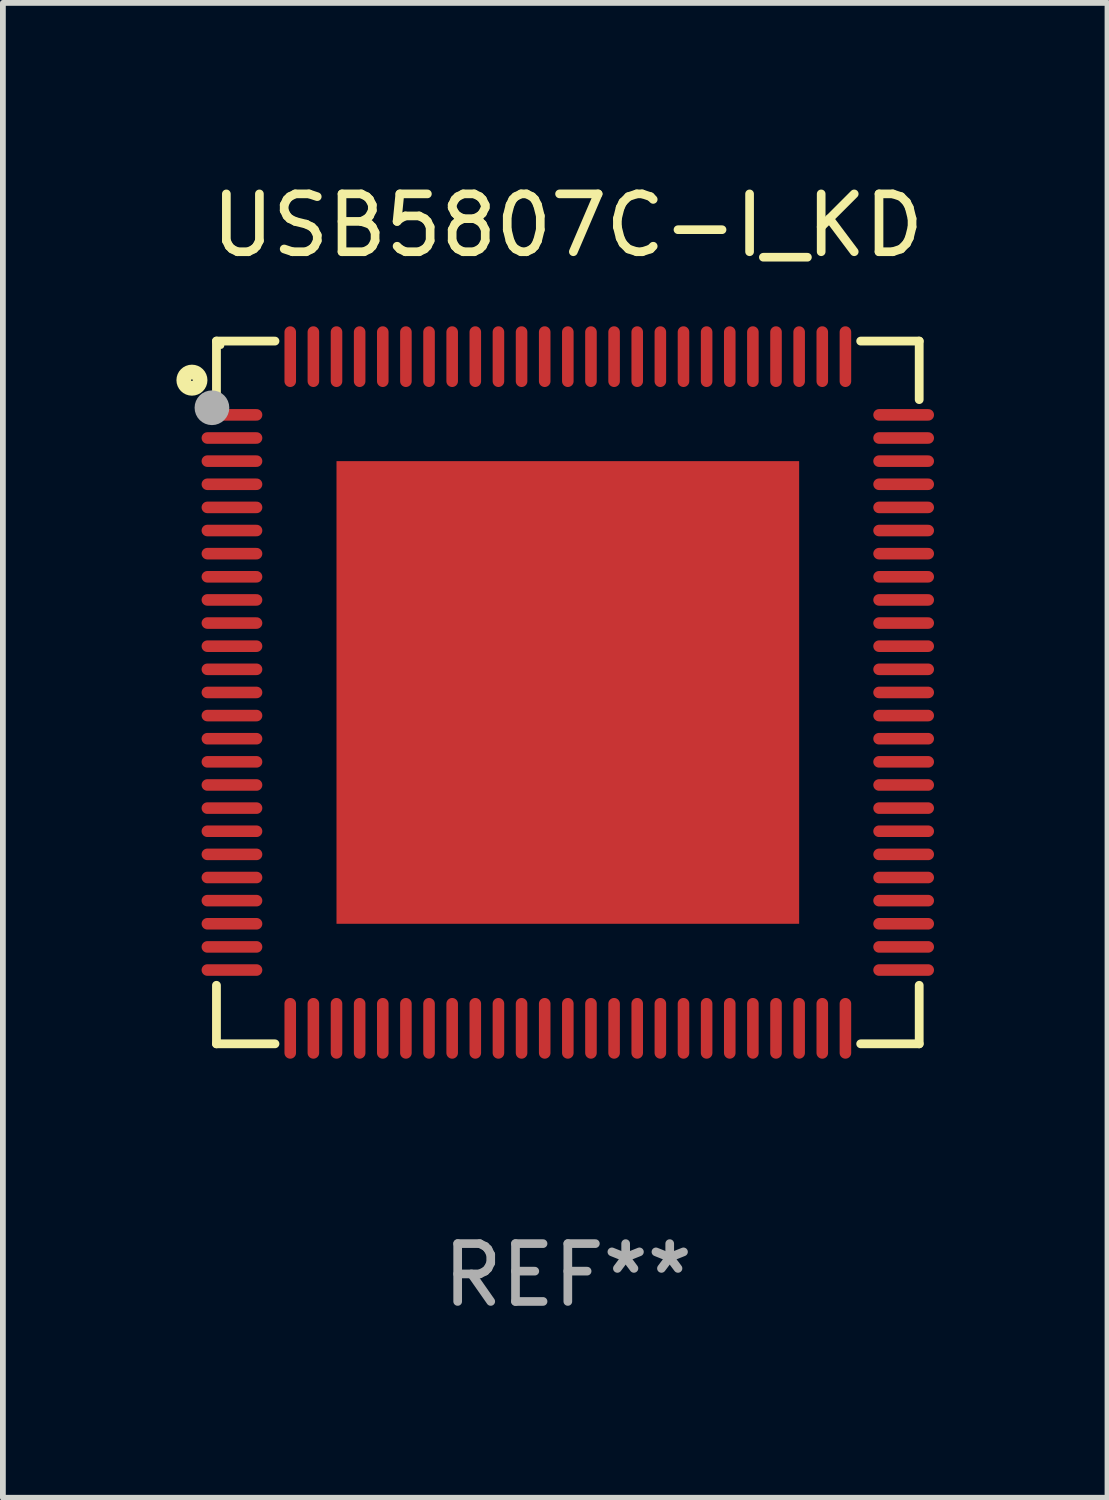
<source format=kicad_pcb>
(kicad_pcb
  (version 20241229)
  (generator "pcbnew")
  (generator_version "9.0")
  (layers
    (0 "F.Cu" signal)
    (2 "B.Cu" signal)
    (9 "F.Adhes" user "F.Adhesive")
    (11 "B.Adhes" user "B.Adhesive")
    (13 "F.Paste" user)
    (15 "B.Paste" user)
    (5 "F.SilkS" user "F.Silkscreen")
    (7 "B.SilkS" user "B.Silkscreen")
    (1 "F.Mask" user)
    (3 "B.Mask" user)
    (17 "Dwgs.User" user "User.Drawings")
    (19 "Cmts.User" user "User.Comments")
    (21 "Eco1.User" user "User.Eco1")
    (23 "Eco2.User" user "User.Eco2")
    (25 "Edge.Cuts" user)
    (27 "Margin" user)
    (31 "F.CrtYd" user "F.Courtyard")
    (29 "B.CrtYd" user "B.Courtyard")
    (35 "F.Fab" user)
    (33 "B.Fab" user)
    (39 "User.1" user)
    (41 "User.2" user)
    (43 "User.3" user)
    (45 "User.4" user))
  (footprint "USB5807C-I_KD"
    (layer "F.Cu")
    (at 6.769 8.924)
    (property "Reference" "USB5807C-I_KD" (at 0 -8.076 0) (layer "F.SilkS") (effects (font (size 1 1) (thickness 0.15))))
    (attr through_hole)
    (fp_line (start -6.076 -6.076) (end -5.064 -6.076) (stroke (width 0.152) (type solid)) (layer "F.SilkS"))
    (fp_line (start -6.076 -5.064) (end -6.076 -6.076) (stroke (width 0.152) (type solid)) (layer "F.SilkS"))
    (fp_line (start -6.076 5.064) (end -6.076 6.076) (stroke (width 0.152) (type solid)) (layer "F.SilkS"))
    (fp_line (start -6.076 6.076) (end -5.064 6.076) (stroke (width 0.152) (type solid)) (layer "F.SilkS"))
    (fp_line (start 6.076 -6.076) (end 5.064 -6.076) (stroke (width 0.152) (type solid)) (layer "F.SilkS"))
    (fp_line (start 6.076 -5.064) (end 6.076 -6.076) (stroke (width 0.152) (type solid)) (layer "F.SilkS"))
    (fp_line (start 6.076 5.064) (end 6.076 6.076) (stroke (width 0.152) (type solid)) (layer "F.SilkS"))
    (fp_line (start 6.076 6.076) (end 5.064 6.076) (stroke (width 0.152) (type solid)) (layer "F.SilkS"))
    (fp_circle (center -6.5 -5.4) (end -6.359 -5.4) (stroke (width 0.254) (type solid)) (fill no) (layer "F.SilkS"))
    (fp_circle (center -6 -6) (end -5.97 -6) (stroke (width 0.06) (type solid)) (fill no) (layer "F.SilkS"))
    (fp_circle (center -6.154 -4.923) (end -6.004 -4.923) (stroke (width 0.3) (type solid)) (fill no) (layer "F.Fab"))
    (fp_text user "REF**" (at 0 10.076 0) (layer "F.Fab") (effects (font (size 1 1) (thickness 0.15))))
    (pad "1" smd oval (at -5.808 -4.8) (size 1.05 0.2) (layers "F.Cu" "F.Mask" "F.Paste"))
    (pad "2" smd oval (at -5.808 -4.4) (size 1.05 0.2) (layers "F.Cu" "F.Mask" "F.Paste"))
    (pad "3" smd oval (at -5.808 -4) (size 1.05 0.2) (layers "F.Cu" "F.Mask" "F.Paste"))
    (pad "4" smd oval (at -5.808 -3.6) (size 1.05 0.2) (layers "F.Cu" "F.Mask" "F.Paste"))
    (pad "5" smd oval (at -5.808 -3.2) (size 1.05 0.2) (layers "F.Cu" "F.Mask" "F.Paste"))
    (pad "6" smd oval (at -5.808 -2.8) (size 1.05 0.2) (layers "F.Cu" "F.Mask" "F.Paste"))
    (pad "7" smd oval (at -5.808 -2.4) (size 1.05 0.2) (layers "F.Cu" "F.Mask" "F.Paste"))
    (pad "8" smd oval (at -5.808 -2) (size 1.05 0.2) (layers "F.Cu" "F.Mask" "F.Paste"))
    (pad "9" smd oval (at -5.808 -1.6) (size 1.05 0.2) (layers "F.Cu" "F.Mask" "F.Paste"))
    (pad "10" smd oval (at -5.808 -1.2) (size 1.05 0.2) (layers "F.Cu" "F.Mask" "F.Paste"))
    (pad "11" smd oval (at -5.808 -0.8) (size 1.05 0.2) (layers "F.Cu" "F.Mask" "F.Paste"))
    (pad "12" smd oval (at -5.808 -0.4) (size 1.05 0.2) (layers "F.Cu" "F.Mask" "F.Paste"))
    (pad "13" smd oval (at -5.808 0.000102) (size 1.05 0.2) (layers "F.Cu" "F.Mask" "F.Paste"))
    (pad "14" smd oval (at -5.808 0.4) (size 1.05 0.2) (layers "F.Cu" "F.Mask" "F.Paste"))
    (pad "15" smd oval (at -5.808 0.8) (size 1.05 0.2) (layers "F.Cu" "F.Mask" "F.Paste"))
    (pad "16" smd oval (at -5.808 1.2) (size 1.05 0.2) (layers "F.Cu" "F.Mask" "F.Paste"))
    (pad "17" smd oval (at -5.808 1.6) (size 1.05 0.2) (layers "F.Cu" "F.Mask" "F.Paste"))
    (pad "18" smd oval (at -5.808 2) (size 1.05 0.2) (layers "F.Cu" "F.Mask" "F.Paste"))
    (pad "19" smd oval (at -5.808 2.4) (size 1.05 0.2) (layers "F.Cu" "F.Mask" "F.Paste"))
    (pad "20" smd oval (at -5.808 2.8) (size 1.05 0.2) (layers "F.Cu" "F.Mask" "F.Paste"))
    (pad "21" smd oval (at -5.808 3.2) (size 1.05 0.2) (layers "F.Cu" "F.Mask" "F.Paste"))
    (pad "22" smd oval (at -5.808 3.6) (size 1.05 0.2) (layers "F.Cu" "F.Mask" "F.Paste"))
    (pad "23" smd oval (at -5.808 4) (size 1.05 0.2) (layers "F.Cu" "F.Mask" "F.Paste"))
    (pad "24" smd oval (at -5.808 4.4) (size 1.05 0.2) (layers "F.Cu" "F.Mask" "F.Paste"))
    (pad "25" smd oval (at -5.808 4.8) (size 1.05 0.2) (layers "F.Cu" "F.Mask" "F.Paste"))
    (pad "26" smd oval (at -4.8 5.808) (size 0.2 1.05) (layers "F.Cu" "F.Mask" "F.Paste"))
    (pad "27" smd oval (at -4.4 5.808) (size 0.2 1.05) (layers "F.Cu" "F.Mask" "F.Paste"))
    (pad "28" smd oval (at -4 5.808) (size 0.2 1.05) (layers "F.Cu" "F.Mask" "F.Paste"))
    (pad "29" smd oval (at -3.6 5.808) (size 0.2 1.05) (layers "F.Cu" "F.Mask" "F.Paste"))
    (pad "30" smd oval (at -3.2 5.808) (size 0.2 1.05) (layers "F.Cu" "F.Mask" "F.Paste"))
    (pad "31" smd oval (at -2.8 5.808) (size 0.2 1.05) (layers "F.Cu" "F.Mask" "F.Paste"))
    (pad "32" smd oval (at -2.4 5.808) (size 0.2 1.05) (layers "F.Cu" "F.Mask" "F.Paste"))
    (pad "33" smd oval (at -2 5.808) (size 0.2 1.05) (layers "F.Cu" "F.Mask" "F.Paste"))
    (pad "34" smd oval (at -1.6 5.808) (size 0.2 1.05) (layers "F.Cu" "F.Mask" "F.Paste"))
    (pad "35" smd oval (at -1.2 5.808) (size 0.2 1.05) (layers "F.Cu" "F.Mask" "F.Paste"))
    (pad "36" smd oval (at -0.8 5.808) (size 0.2 1.05) (layers "F.Cu" "F.Mask" "F.Paste"))
    (pad "37" smd oval (at -0.4 5.808) (size 0.2 1.05) (layers "F.Cu" "F.Mask" "F.Paste"))
    (pad "38" smd oval (at -0.000102 5.808) (size 0.2 1.05) (layers "F.Cu" "F.Mask" "F.Paste"))
    (pad "39" smd oval (at 0.4 5.808) (size 0.2 1.05) (layers "F.Cu" "F.Mask" "F.Paste"))
    (pad "40" smd oval (at 0.8 5.808) (size 0.2 1.05) (layers "F.Cu" "F.Mask" "F.Paste"))
    (pad "41" smd oval (at 1.2 5.808) (size 0.2 1.05) (layers "F.Cu" "F.Mask" "F.Paste"))
    (pad "42" smd oval (at 1.6 5.808) (size 0.2 1.05) (layers "F.Cu" "F.Mask" "F.Paste"))
    (pad "43" smd oval (at 2 5.808) (size 0.2 1.05) (layers "F.Cu" "F.Mask" "F.Paste"))
    (pad "44" smd oval (at 2.4 5.808) (size 0.2 1.05) (layers "F.Cu" "F.Mask" "F.Paste"))
    (pad "45" smd oval (at 2.8 5.808) (size 0.2 1.05) (layers "F.Cu" "F.Mask" "F.Paste"))
    (pad "46" smd oval (at 3.2 5.808) (size 0.2 1.05) (layers "F.Cu" "F.Mask" "F.Paste"))
    (pad "47" smd oval (at 3.6 5.808) (size 0.2 1.05) (layers "F.Cu" "F.Mask" "F.Paste"))
    (pad "48" smd oval (at 4 5.808) (size 0.2 1.05) (layers "F.Cu" "F.Mask" "F.Paste"))
    (pad "49" smd oval (at 4.4 5.808) (size 0.2 1.05) (layers "F.Cu" "F.Mask" "F.Paste"))
    (pad "50" smd oval (at 4.8 5.808) (size 0.2 1.05) (layers "F.Cu" "F.Mask" "F.Paste"))
    (pad "51" smd oval (at 5.807 4.8) (size 1.05 0.2) (layers "F.Cu" "F.Mask" "F.Paste"))
    (pad "52" smd oval (at 5.807 4.4) (size 1.05 0.2) (layers "F.Cu" "F.Mask" "F.Paste"))
    (pad "53" smd oval (at 5.807 4) (size 1.05 0.2) (layers "F.Cu" "F.Mask" "F.Paste"))
    (pad "54" smd oval (at 5.807 3.6) (size 1.05 0.2) (layers "F.Cu" "F.Mask" "F.Paste"))
    (pad "55" smd oval (at 5.807 3.2) (size 1.05 0.2) (layers "F.Cu" "F.Mask" "F.Paste"))
    (pad "56" smd oval (at 5.807 2.8) (size 1.05 0.2) (layers "F.Cu" "F.Mask" "F.Paste"))
    (pad "57" smd oval (at 5.807 2.4) (size 1.05 0.2) (layers "F.Cu" "F.Mask" "F.Paste"))
    (pad "58" smd oval (at 5.807 2) (size 1.05 0.2) (layers "F.Cu" "F.Mask" "F.Paste"))
    (pad "59" smd oval (at 5.807 1.6) (size 1.05 0.2) (layers "F.Cu" "F.Mask" "F.Paste"))
    (pad "60" smd oval (at 5.807 1.2) (size 1.05 0.2) (layers "F.Cu" "F.Mask" "F.Paste"))
    (pad "61" smd oval (at 5.807 0.8) (size 1.05 0.2) (layers "F.Cu" "F.Mask" "F.Paste"))
    (pad "62" smd oval (at 5.807 0.4) (size 1.05 0.2) (layers "F.Cu" "F.Mask" "F.Paste"))
    (pad "63" smd oval (at 5.807 0.000102) (size 1.05 0.2) (layers "F.Cu" "F.Mask" "F.Paste"))
    (pad "64" smd oval (at 5.807 -0.4) (size 1.05 0.2) (layers "F.Cu" "F.Mask" "F.Paste"))
    (pad "65" smd oval (at 5.807 -0.8) (size 1.05 0.2) (layers "F.Cu" "F.Mask" "F.Paste"))
    (pad "66" smd oval (at 5.807 -1.2) (size 1.05 0.2) (layers "F.Cu" "F.Mask" "F.Paste"))
    (pad "67" smd oval (at 5.807 -1.6) (size 1.05 0.2) (layers "F.Cu" "F.Mask" "F.Paste"))
    (pad "68" smd oval (at 5.807 -2) (size 1.05 0.2) (layers "F.Cu" "F.Mask" "F.Paste"))
    (pad "69" smd oval (at 5.807 -2.4) (size 1.05 0.2) (layers "F.Cu" "F.Mask" "F.Paste"))
    (pad "70" smd oval (at 5.807 -2.8) (size 1.05 0.2) (layers "F.Cu" "F.Mask" "F.Paste"))
    (pad "71" smd oval (at 5.807 -3.2) (size 1.05 0.2) (layers "F.Cu" "F.Mask" "F.Paste"))
    (pad "72" smd oval (at 5.807 -3.6) (size 1.05 0.2) (layers "F.Cu" "F.Mask" "F.Paste"))
    (pad "73" smd oval (at 5.807 -4) (size 1.05 0.2) (layers "F.Cu" "F.Mask" "F.Paste"))
    (pad "74" smd oval (at 5.807 -4.4) (size 1.05 0.2) (layers "F.Cu" "F.Mask" "F.Paste"))
    (pad "75" smd oval (at 5.807 -4.8) (size 1.05 0.2) (layers "F.Cu" "F.Mask" "F.Paste"))
    (pad "76" smd oval (at 4.8 -5.807) (size 0.2 1.05) (layers "F.Cu" "F.Mask" "F.Paste"))
    (pad "77" smd oval (at 4.4 -5.807) (size 0.2 1.05) (layers "F.Cu" "F.Mask" "F.Paste"))
    (pad "78" smd oval (at 4 -5.807) (size 0.2 1.05) (layers "F.Cu" "F.Mask" "F.Paste"))
    (pad "79" smd oval (at 3.6 -5.807) (size 0.2 1.05) (layers "F.Cu" "F.Mask" "F.Paste"))
    (pad "80" smd oval (at 3.2 -5.807) (size 0.2 1.05) (layers "F.Cu" "F.Mask" "F.Paste"))
    (pad "81" smd oval (at 2.8 -5.807) (size 0.2 1.05) (layers "F.Cu" "F.Mask" "F.Paste"))
    (pad "82" smd oval (at 2.4 -5.807) (size 0.2 1.05) (layers "F.Cu" "F.Mask" "F.Paste"))
    (pad "83" smd oval (at 2 -5.807) (size 0.2 1.05) (layers "F.Cu" "F.Mask" "F.Paste"))
    (pad "84" smd oval (at 1.6 -5.807) (size 0.2 1.05) (layers "F.Cu" "F.Mask" "F.Paste"))
    (pad "85" smd oval (at 1.2 -5.807) (size 0.2 1.05) (layers "F.Cu" "F.Mask" "F.Paste"))
    (pad "86" smd oval (at 0.8 -5.807) (size 0.2 1.05) (layers "F.Cu" "F.Mask" "F.Paste"))
    (pad "87" smd oval (at 0.4 -5.807) (size 0.2 1.05) (layers "F.Cu" "F.Mask" "F.Paste"))
    (pad "88" smd oval (at -0.000102 -5.807) (size 0.2 1.05) (layers "F.Cu" "F.Mask" "F.Paste"))
    (pad "89" smd oval (at -0.4 -5.807) (size 0.2 1.05) (layers "F.Cu" "F.Mask" "F.Paste"))
    (pad "90" smd oval (at -0.8 -5.807) (size 0.2 1.05) (layers "F.Cu" "F.Mask" "F.Paste"))
    (pad "91" smd oval (at -1.2 -5.807) (size 0.2 1.05) (layers "F.Cu" "F.Mask" "F.Paste"))
    (pad "92" smd oval (at -1.6 -5.807) (size 0.2 1.05) (layers "F.Cu" "F.Mask" "F.Paste"))
    (pad "93" smd oval (at -2 -5.807) (size 0.2 1.05) (layers "F.Cu" "F.Mask" "F.Paste"))
    (pad "94" smd oval (at -2.4 -5.807) (size 0.2 1.05) (layers "F.Cu" "F.Mask" "F.Paste"))
    (pad "95" smd oval (at -2.8 -5.807) (size 0.2 1.05) (layers "F.Cu" "F.Mask" "F.Paste"))
    (pad "96" smd oval (at -3.2 -5.807) (size 0.2 1.05) (layers "F.Cu" "F.Mask" "F.Paste"))
    (pad "97" smd oval (at -3.6 -5.807) (size 0.2 1.05) (layers "F.Cu" "F.Mask" "F.Paste"))
    (pad "98" smd oval (at -4 -5.807) (size 0.2 1.05) (layers "F.Cu" "F.Mask" "F.Paste"))
    (pad "99" smd oval (at -4.4 -5.807) (size 0.2 1.05) (layers "F.Cu" "F.Mask" "F.Paste"))
    (pad "100" smd oval (at -4.8 -5.807) (size 0.2 1.05) (layers "F.Cu" "F.Mask" "F.Paste"))
    (pad "101" smd rect (at -0.000102 0.000102) (size 8 8) (layers "F.Cu" "F.Mask" "F.Paste")))
  (gr_rect
    (start -3 -3)
    (end 16.101 22.849)
    (stroke (width 0.1) (type default))
    (fill no)
    (layer "Edge.Cuts")))
</source>
